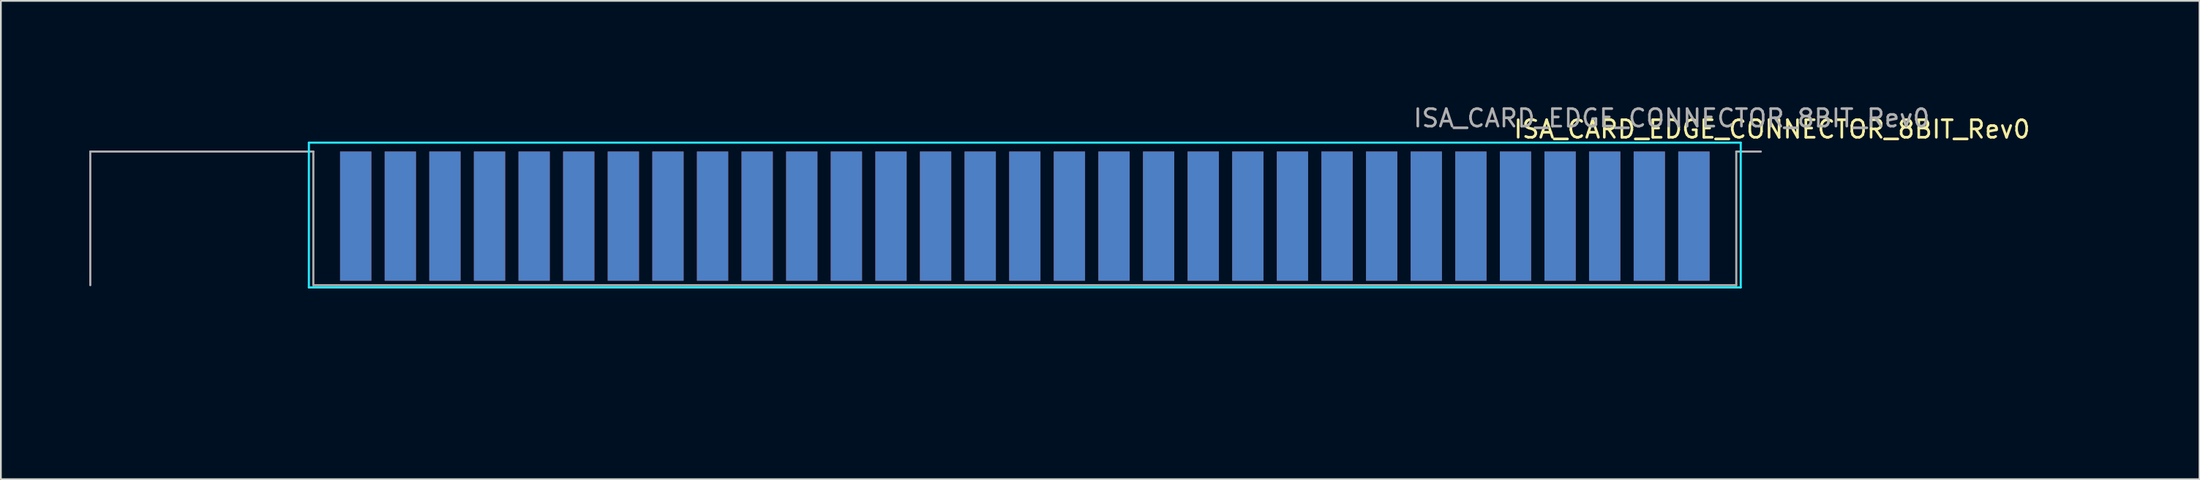
<source format=kicad_pcb>
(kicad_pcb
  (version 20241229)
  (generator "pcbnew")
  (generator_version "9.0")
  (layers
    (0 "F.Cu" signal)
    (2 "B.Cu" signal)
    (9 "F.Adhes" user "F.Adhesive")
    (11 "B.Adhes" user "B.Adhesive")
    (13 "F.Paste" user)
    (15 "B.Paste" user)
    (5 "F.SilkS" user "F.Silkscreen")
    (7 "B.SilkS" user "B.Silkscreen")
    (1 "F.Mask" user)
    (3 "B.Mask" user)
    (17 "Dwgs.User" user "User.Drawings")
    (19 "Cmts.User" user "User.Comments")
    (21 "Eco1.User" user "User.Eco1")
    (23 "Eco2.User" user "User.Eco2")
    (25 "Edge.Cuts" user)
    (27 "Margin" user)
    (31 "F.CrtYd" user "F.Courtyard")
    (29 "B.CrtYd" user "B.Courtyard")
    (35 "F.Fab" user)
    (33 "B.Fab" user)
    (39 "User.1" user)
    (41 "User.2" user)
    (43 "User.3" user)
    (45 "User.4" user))
  (footprint "ISA_CARD_EDGE_CONNECTOR_8BIT_Rev0"
    (layer "F.Cu")
    (at 93.405 13.212)
    (property "Reference" "ISA_CARD_EDGE_CONNECTOR_8BIT_Rev0" (at 4.445 -8.89 0) (layer "F.SilkS") (effects (font (size 1 1) (thickness 0.15))))
    (attr exclude_from_pos_files exclude_from_bom)
    (fp_line (start -91.313 -7.62) (end -91.313 -5.588) (stroke (width 0.12) (type solid)) (layer "Eco1.User"))
    (fp_line (start -91.313 -7.62) (end -89.281 -7.62) (stroke (width 0.12) (type solid)) (layer "Eco1.User"))
    (fp_line (start -91.313 0) (end -93.345 0) (stroke (width 0.12) (type solid)) (layer "Eco1.User"))
    (fp_line (start -91.313 0) (end -91.313 -2.032) (stroke (width 0.12) (type solid)) (layer "Eco1.User"))
    (fp_line (start -82.804 0) (end -80.772 0) (stroke (width 0.12) (type solid)) (layer "Eco1.User"))
    (fp_line (start -82.804 8.001) (end -80.772 8.001) (stroke (width 0.12) (type solid)) (layer "Eco1.User"))
    (fp_line (start -80.772 -5.715) (end -80.772 -7.62) (stroke (width 0.12) (type solid)) (layer "Eco1.User"))
    (fp_line (start -80.772 0) (end -80.772 -1.905) (stroke (width 0.12) (type solid)) (layer "Eco1.User"))
    (fp_line (start -80.772 8.001) (end -80.772 6.096) (stroke (width 0.12) (type solid)) (layer "Eco1.User"))
    (fp_line (start -78.613 -7.62) (end -80.772 -7.62) (stroke (width 0.12) (type solid)) (layer "Eco1.User"))
    (fp_line (start -78.613 -7.62) (end -78.613 -5.588) (stroke (width 0.12) (type solid)) (layer "Eco1.User"))
    (fp_line (start -78.613 0) (end -78.613 -2.032) (stroke (width 0.12) (type solid)) (layer "Eco1.User"))
    (fp_line (start -78.613 0) (end -76.581 0) (stroke (width 0.12) (type solid)) (layer "Eco1.User"))
    (fp_line (start 2.413 -7.62) (end 2.413 -5.588) (stroke (width 0.12) (type solid)) (layer "Eco1.User"))
    (fp_line (start 2.413 -7.62) (end 4.572 -7.62) (stroke (width 0.12) (type solid)) (layer "Eco1.User"))
    (fp_line (start 2.413 0) (end 0.381 0) (stroke (width 0.12) (type solid)) (layer "Eco1.User"))
    (fp_line (start 2.413 0) (end 2.413 -2.032) (stroke (width 0.12) (type solid)) (layer "Eco1.User"))
    (fp_line (start 4.572 -5.715) (end 4.572 -7.62) (stroke (width 0.12) (type solid)) (layer "Eco1.User"))
    (fp_line (start 4.572 0) (end 4.572 -1.905) (stroke (width 0.12) (type solid)) (layer "Eco1.User"))
    (fp_line (start 4.572 8.001) (end 4.572 6.096) (stroke (width 0.12) (type solid)) (layer "Eco1.User"))
    (fp_line (start 6.604 0) (end 4.572 0) (stroke (width 0.12) (type solid)) (layer "Eco1.User"))
    (fp_line (start 6.604 8.001) (end 4.572 8.001) (stroke (width 0.12) (type solid)) (layer "Eco1.User"))
    (fp_line (start 20.396 -13.152) (end 20.396 -11.882) (stroke (width 0.12) (type solid)) (layer "Eco1.User"))
    (fp_line (start 20.396 -11.882) (end 19.126 -11.882) (stroke (width 0.12) (type solid)) (layer "Eco1.User"))
    (fp_line (start 20.396 -11.882) (end 20.396 -10.612) (stroke (width 0.12) (type solid)) (layer "Eco1.User"))
    (fp_line (start 20.396 -11.882) (end 21.666 -11.882) (stroke (width 0.12) (type solid)) (layer "Eco1.User"))
    (fp_line (start 25.73 -7.62) (end 23.698 -7.62) (stroke (width 0.12) (type solid)) (layer "Eco1.User"))
    (fp_line (start 25.73 -7.62) (end 25.73 -9.652) (stroke (width 0.12) (type solid)) (layer "Eco1.User"))
    (fp_line (start 25.73 0) (end 23.698 0) (stroke (width 0.12) (type solid)) (layer "Eco1.User"))
    (fp_line (start 25.73 0) (end 25.73 -2.032) (stroke (width 0.12) (type solid)) (layer "Eco1.User"))
    (fp_line (start 25.73 8.001) (end 23.698 8.001) (stroke (width 0.12) (type solid)) (layer "Eco1.User"))
    (fp_line (start 25.73 8.001) (end 25.73 5.969) (stroke (width 0.12) (type solid)) (layer "Eco1.User"))
    (fp_line (start -78.867 -8.128) (end -78.867 0.127) (stroke (width 0.12) (type solid)) (layer "B.CrtYd"))
    (fp_line (start -78.867 0.127) (end 2.667 0.127) (stroke (width 0.12) (type solid)) (layer "B.CrtYd"))
    (fp_line (start 2.667 -8.128) (end -78.867 -8.128) (stroke (width 0.12) (type solid)) (layer "B.CrtYd"))
    (fp_line (start 2.667 0.127) (end 2.667 -8.128) (stroke (width 0.12) (type solid)) (layer "B.CrtYd"))
    (fp_line (start -78.867 -8.128) (end -78.867 0.127) (stroke (width 0.05) (type solid)) (layer "F.CrtYd"))
    (fp_line (start -78.867 -8.128) (end 2.667 -8.128) (stroke (width 0.05) (type solid)) (layer "F.CrtYd"))
    (fp_line (start 2.667 0.127) (end -78.867 0.127) (stroke (width 0.05) (type solid)) (layer "F.CrtYd"))
    (fp_line (start 2.667 0.127) (end 2.667 -8.128) (stroke (width 0.05) (type solid)) (layer "F.CrtYd"))
    (fp_line (start -91.313 -7.62) (end -91.313 0) (stroke (width 0.12) (type solid)) (layer "F.Fab"))
    (fp_line (start -78.613 -7.62) (end -91.313 -7.62) (stroke (width 0.12) (type solid)) (layer "F.Fab"))
    (fp_line (start -78.613 0) (end -78.613 -7.62) (stroke (width 0.12) (type solid)) (layer "F.Fab"))
    (fp_line (start 2.413 -7.62) (end 2.413 0) (stroke (width 0.12) (type solid)) (layer "F.Fab"))
    (fp_line (start 2.413 0) (end -78.613 0) (stroke (width 0.12) (type solid)) (layer "F.Fab"))
    (fp_line (start 3.81 -7.62) (end 2.413 -7.62) (stroke (width 0.12) (type solid)) (layer "F.Fab"))
    (fp_text user "${REFERENCE}" (at -1.27 -9.525 0) (layer "F.Fab") (effects (font (size 1 1) (thickness 0.15))))
    (pad "A01" connect rect (at 0 -3.81) (size 1.78 7.366) (drill (offset 0 -0.127)) (layers "F.Cu" "F.Mask"))
    (pad "A02" connect rect (at -2.54 -3.81) (size 1.78 7.366) (drill (offset 0 -0.127)) (layers "F.Cu" "F.Mask"))
    (pad "A03" connect rect (at -5.08 -3.81) (size 1.78 7.366) (drill (offset 0 -0.127)) (layers "F.Cu" "F.Mask"))
    (pad "A04" connect rect (at -7.62 -3.81) (size 1.78 7.366) (drill (offset 0 -0.127)) (layers "F.Cu" "F.Mask"))
    (pad "A05" connect rect (at -10.16 -3.81) (size 1.78 7.366) (drill (offset 0 -0.127)) (layers "F.Cu" "F.Mask"))
    (pad "A06" connect rect (at -12.7 -3.81) (size 1.78 7.366) (drill (offset 0 -0.127)) (layers "F.Cu" "F.Mask"))
    (pad "A07" connect rect (at -15.24 -3.81) (size 1.78 7.366) (drill (offset 0 -0.127)) (layers "F.Cu" "F.Mask"))
    (pad "A08" connect rect (at -17.78 -3.81) (size 1.78 7.366) (drill (offset 0 -0.127)) (layers "F.Cu" "F.Mask"))
    (pad "A09" connect rect (at -20.32 -3.81) (size 1.78 7.366) (drill (offset 0 -0.127)) (layers "F.Cu" "F.Mask"))
    (pad "A10" connect rect (at -22.86 -3.81) (size 1.78 7.366) (drill (offset 0 -0.127)) (layers "F.Cu" "F.Mask"))
    (pad "A11" connect rect (at -25.4 -3.81) (size 1.78 7.366) (drill (offset 0 -0.127)) (layers "F.Cu" "F.Mask"))
    (pad "A12" connect rect (at -27.94 -3.81) (size 1.78 7.366) (drill (offset 0 -0.127)) (layers "F.Cu" "F.Mask"))
    (pad "A13" connect rect (at -30.48 -3.81) (size 1.78 7.366) (drill (offset 0 -0.127)) (layers "F.Cu" "F.Mask"))
    (pad "A14" connect rect (at -33.02 -3.81) (size 1.78 7.366) (drill (offset 0 -0.127)) (layers "F.Cu" "F.Mask"))
    (pad "A15" connect rect (at -35.56 -3.81) (size 1.78 7.366) (drill (offset 0 -0.127)) (layers "F.Cu" "F.Mask"))
    (pad "A16" connect rect (at -38.1 -3.81) (size 1.78 7.366) (drill (offset 0 -0.127)) (layers "F.Cu" "F.Mask"))
    (pad "A17" connect rect (at -40.64 -3.81) (size 1.78 7.366) (drill (offset 0 -0.127)) (layers "F.Cu" "F.Mask"))
    (pad "A18" connect rect (at -43.18 -3.81) (size 1.78 7.366) (drill (offset 0 -0.127)) (layers "F.Cu" "F.Mask"))
    (pad "A19" connect rect (at -45.72 -3.81) (size 1.78 7.366) (drill (offset 0 -0.127)) (layers "F.Cu" "F.Mask"))
    (pad "A20" connect rect (at -48.26 -3.81) (size 1.78 7.366) (drill (offset 0 -0.127)) (layers "F.Cu" "F.Mask"))
    (pad "A21" connect rect (at -50.8 -3.81) (size 1.78 7.366) (drill (offset 0 -0.127)) (layers "F.Cu" "F.Mask"))
    (pad "A22" connect rect (at -53.34 -3.81) (size 1.78 7.366) (drill (offset 0 -0.127)) (layers "F.Cu" "F.Mask"))
    (pad "A23" connect rect (at -55.88 -3.81) (size 1.78 7.366) (drill (offset 0 -0.127)) (layers "F.Cu" "F.Mask"))
    (pad "A24" connect rect (at -58.42 -3.81) (size 1.78 7.366) (drill (offset 0 -0.127)) (layers "F.Cu" "F.Mask"))
    (pad "A25" connect rect (at -60.96 -3.81) (size 1.78 7.366) (drill (offset 0 -0.127)) (layers "F.Cu" "F.Mask"))
    (pad "A26" connect rect (at -63.5 -3.81) (size 1.78 7.366) (drill (offset 0 -0.127)) (layers "F.Cu" "F.Mask"))
    (pad "A27" connect rect (at -66.04 -3.81) (size 1.78 7.366) (drill (offset 0 -0.127)) (layers "F.Cu" "F.Mask"))
    (pad "A28" connect rect (at -68.58 -3.81) (size 1.78 7.366) (drill (offset 0 -0.127)) (layers "F.Cu" "F.Mask"))
    (pad "A29" connect rect (at -71.12 -3.81) (size 1.78 7.366) (drill (offset 0 -0.127)) (layers "F.Cu" "F.Mask"))
    (pad "A30" connect rect (at -73.66 -3.81) (size 1.78 7.366) (drill (offset 0 -0.127)) (layers "F.Cu" "F.Mask"))
    (pad "A31" connect rect (at -76.2 -3.81) (size 1.78 7.366) (drill (offset 0 -0.127)) (layers "F.Cu" "F.Mask"))
    (pad "B01" connect rect (at 0 -3.81) (size 1.78 7.366) (drill (offset 0 -0.127)) (layers "B.Cu" "B.Mask"))
    (pad "B02" connect rect (at -2.54 -3.81) (size 1.78 7.366) (drill (offset 0 -0.127)) (layers "B.Cu" "B.Mask"))
    (pad "B03" connect rect (at -5.08 -3.81) (size 1.78 7.366) (drill (offset 0 -0.127)) (layers "B.Cu" "B.Mask"))
    (pad "B04" connect rect (at -7.62 -3.81) (size 1.78 7.366) (drill (offset 0 -0.127)) (layers "B.Cu" "B.Mask"))
    (pad "B05" connect rect (at -10.16 -3.81) (size 1.78 7.366) (drill (offset 0 -0.127)) (layers "B.Cu" "B.Mask"))
    (pad "B06" connect rect (at -12.7 -3.81) (size 1.78 7.366) (drill (offset 0 -0.127)) (layers "B.Cu" "B.Mask"))
    (pad "B07" connect rect (at -15.24 -3.81) (size 1.78 7.366) (drill (offset 0 -0.127)) (layers "B.Cu" "B.Mask"))
    (pad "B08" connect rect (at -17.78 -3.81) (size 1.78 7.366) (drill (offset 0 -0.127)) (layers "B.Cu" "B.Mask"))
    (pad "B09" connect rect (at -20.32 -3.81) (size 1.78 7.366) (drill (offset 0 -0.127)) (layers "B.Cu" "B.Mask"))
    (pad "B10" connect rect (at -22.86 -3.81) (size 1.78 7.366) (drill (offset 0 -0.127)) (layers "B.Cu" "B.Mask"))
    (pad "B11" connect rect (at -25.4 -3.81) (size 1.78 7.366) (drill (offset 0 -0.127)) (layers "B.Cu" "B.Mask"))
    (pad "B12" connect rect (at -27.94 -3.81) (size 1.78 7.366) (drill (offset 0 -0.127)) (layers "B.Cu" "B.Mask"))
    (pad "B13" connect rect (at -30.48 -3.81) (size 1.78 7.366) (drill (offset 0 -0.127)) (layers "B.Cu" "B.Mask"))
    (pad "B14" connect rect (at -33.02 -3.81) (size 1.78 7.366) (drill (offset 0 -0.127)) (layers "B.Cu" "B.Mask"))
    (pad "B15" connect rect (at -35.56 -3.81) (size 1.78 7.366) (drill (offset 0 -0.127)) (layers "B.Cu" "B.Mask"))
    (pad "B16" connect rect (at -38.1 -3.81) (size 1.78 7.366) (drill (offset 0 -0.127)) (layers "B.Cu" "B.Mask"))
    (pad "B17" connect rect (at -40.64 -3.81) (size 1.78 7.366) (drill (offset 0 -0.127)) (layers "B.Cu" "B.Mask"))
    (pad "B18" connect rect (at -43.18 -3.81) (size 1.78 7.366) (drill (offset 0 -0.127)) (layers "B.Cu" "B.Mask"))
    (pad "B19" connect rect (at -45.72 -3.81) (size 1.78 7.366) (drill (offset 0 -0.127)) (layers "B.Cu" "B.Mask"))
    (pad "B20" connect rect (at -48.26 -3.81) (size 1.78 7.366) (drill (offset 0 -0.127)) (layers "B.Cu" "B.Mask"))
    (pad "B21" connect rect (at -50.8 -3.81) (size 1.78 7.366) (drill (offset 0 -0.127)) (layers "B.Cu" "B.Mask"))
    (pad "B22" connect rect (at -53.34 -3.81) (size 1.78 7.366) (drill (offset 0 -0.127)) (layers "B.Cu" "B.Mask"))
    (pad "B23" connect rect (at -55.88 -3.81) (size 1.78 7.366) (drill (offset 0 -0.127)) (layers "B.Cu" "B.Mask"))
    (pad "B24" connect rect (at -58.42 -3.81) (size 1.78 7.366) (drill (offset 0 -0.127)) (layers "B.Cu" "B.Mask"))
    (pad "B25" connect rect (at -60.96 -3.81) (size 1.78 7.366) (drill (offset 0 -0.127)) (layers "B.Cu" "B.Mask"))
    (pad "B26" connect rect (at -63.5 -3.81) (size 1.78 7.366) (drill (offset 0 -0.127)) (layers "B.Cu" "B.Mask"))
    (pad "B27" connect rect (at -66.04 -3.81) (size 1.78 7.366) (drill (offset 0 -0.127)) (layers "B.Cu" "B.Mask"))
    (pad "B28" connect rect (at -68.58 -3.81) (size 1.78 7.366) (drill (offset 0 -0.127)) (layers "B.Cu" "B.Mask"))
    (pad "B29" connect rect (at -71.12 -3.81) (size 1.78 7.366) (drill (offset 0 -0.127)) (layers "B.Cu" "B.Mask"))
    (pad "B30" connect rect (at -73.66 -3.81) (size 1.78 7.366) (drill (offset 0 -0.127)) (layers "B.Cu" "B.Mask"))
    (pad "B31" smd rect (at -76.2 -3.81) (size 1.78 7.366) (drill (offset 0 -0.127)) (layers "B.Cu" "B.Mask")))
  (gr_rect
    (start -3 -3)
    (end 122.195 24.273)
    (stroke (width 0.1) (type default))
    (fill no)
    (layer "Edge.Cuts")))
</source>
